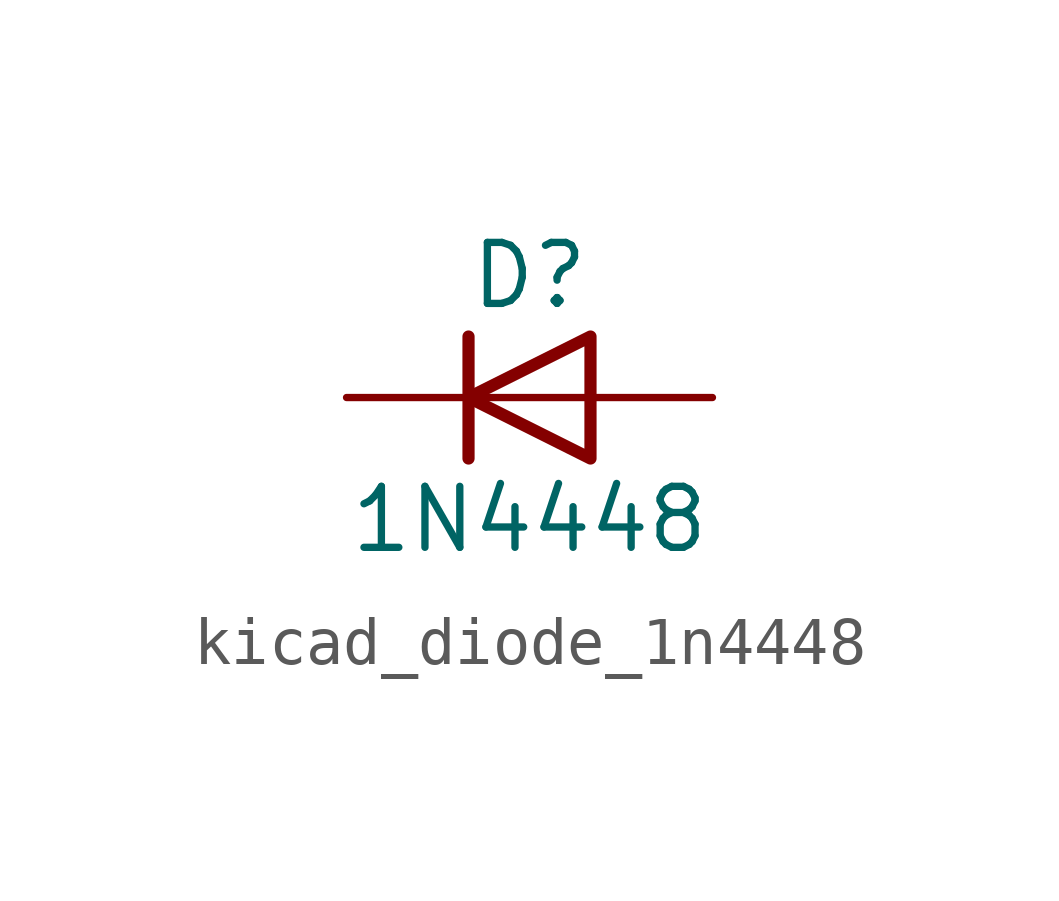
<source format=kicad_sym>
(kicad_symbol_lib
  (version 20220914)
  (generator kicad_symbol_editor)
  (symbol "kicad_diode_1n4448"
    (pin_numbers hide)
    (pin_names hide)
    (property "Reference" "D"
      (at 0 2.54 0)
      (effects (font (size 1.27 1.27))))
    (property "Value" "1N4448"
      (at 0 -2.54 0)
      (effects (font (size 1.27 1.27))))
    (symbol "kicad_diode_1n4448_0_1"
      (polyline (pts (xy -1.27 1.27) (xy -1.27 -1.27)) (stroke (width 0.254) (type default)) (fill (type none)))
      (polyline (pts (xy 1.27 0) (xy -1.27 0)) (stroke (width 0) (type default)) (fill (type none)))
      (polyline (pts (xy 1.27 1.27) (xy 1.27 -1.27) (xy -1.27 0) (xy 1.27 1.27)) (stroke (width 0.254) (type default)) (fill (type none))))
    (symbol "kicad_diode_1n4448_1_1"
      (pin passive line (at -3.81 0 0) (length 2.54) (name "K" (effects (font (size 1.27 1.27)))) (number "1" (effects (font (size 1.27 1.27)))))
      (pin passive line (at 3.81 0 180) (length 2.54) (name "A" (effects (font (size 1.27 1.27)))) (number "2" (effects (font (size 1.27 1.27))))))))
</source>
